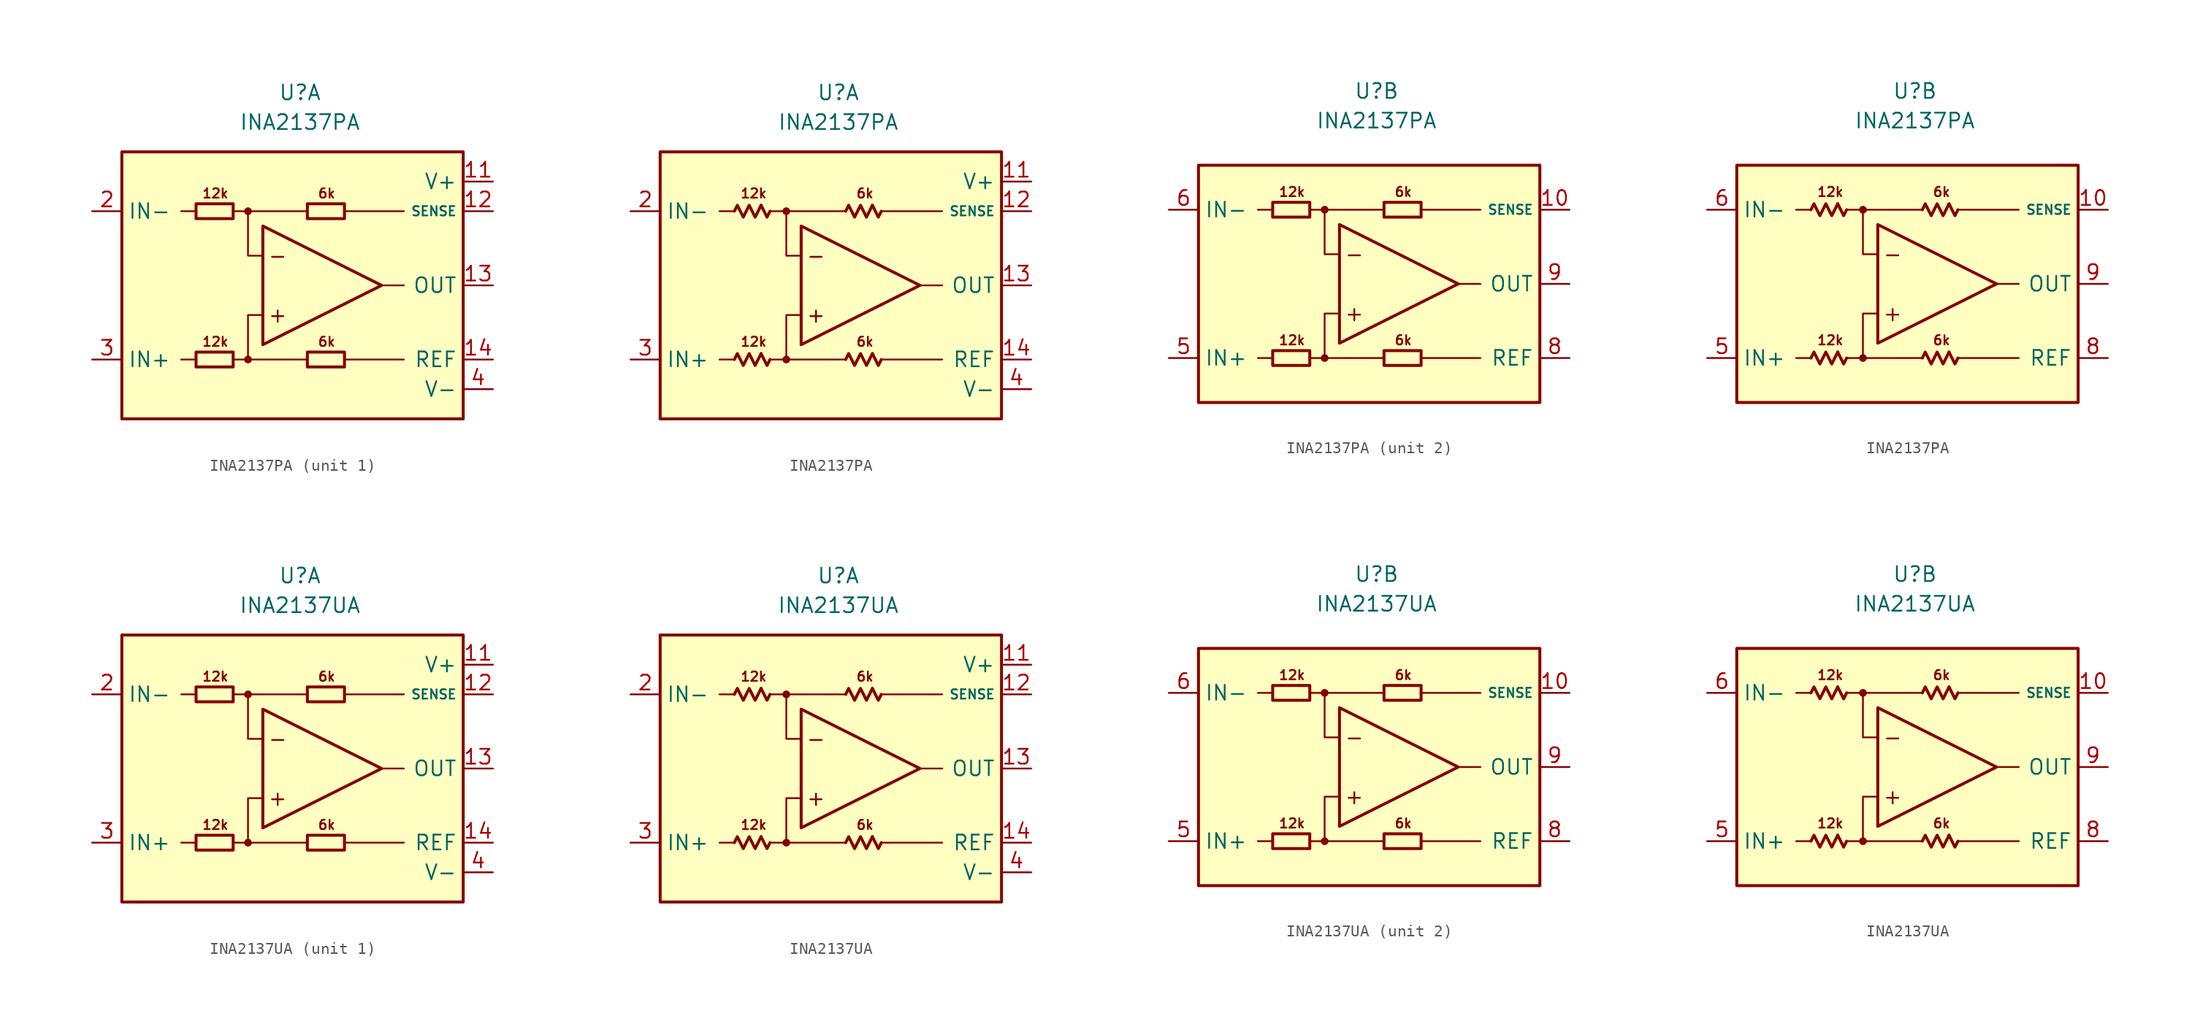
<source format=kicad_sym>
(kicad_symbol_lib
  (version 20231120)
  (generator "kicad_symbol_editor")
  (generator_version "8.0")
  (symbol "INA2137PA"
    (property "Reference" "U"
      (at 0 16.51 0)
      (effects (font (size 1.27 1.27))))
    (property "Value" "INA2137PA"
      (at 0 13.97 0)
      (effects (font (size 1.27 1.27))))
    (property "ki_locked" ""
      (at 0 0 0)
      (effects (font (size 1.27 1.27))))
    (symbol "INA2137PA_0_0"
      (circle (center -4.445 -6.35) (radius 0.254) (stroke (width 0.152) (type default)) (fill (type outline)))
      (circle (center -4.445 6.35) (radius 0.254) (stroke (width 0.152) (type default)) (fill (type outline)))
      (polyline (pts (xy -8.89 -6.35) (xy -10.16 -6.35)) (stroke (width 0.152) (type default)) (fill (type none)))
      (polyline (pts (xy -8.89 6.35) (xy -10.16 6.35)) (stroke (width 0.152) (type default)) (fill (type none)))
      (polyline (pts (xy -4.445 6.35) (xy 0.635 6.35)) (stroke (width 0.152) (type default)) (fill (type none)))
      (polyline (pts (xy 0.635 -6.35) (xy -4.445 -6.35)) (stroke (width 0.152) (type default)) (fill (type none)))
      (polyline (pts (xy 3.81 -6.35) (xy 8.89 -6.35)) (stroke (width 0.152) (type default)) (fill (type none)))
      (polyline (pts (xy 3.81 6.35) (xy 8.89 6.35)) (stroke (width 0.152) (type default)) (fill (type none)))
      (polyline (pts (xy 8.89 0) (xy 6.985 0)) (stroke (width 0.152) (type default)) (fill (type none)))
      (polyline (pts (xy -5.715 -6.35) (xy -4.445 -6.35) (xy -4.445 -2.54) (xy -3.175 -2.54)) (stroke (width 0.152) (type default)) (fill (type none)))
      (polyline (pts (xy -3.175 2.54) (xy -4.445 2.54) (xy -4.445 6.35) (xy -5.715 6.35)) (stroke (width 0.152) (type default)) (fill (type none)))
      (polyline (pts (xy -3.175 5.08) (xy -3.175 -5.08) (xy 6.985 0) (xy -3.175 5.08)) (stroke (width 0.254) (type default)) (fill (type none)))
      (text "+" (at -1.905 -2.54 0) (effects (font (size 1.27 1.27))))
      (text "-" (at -1.905 2.54 0) (effects (font (size 1.27 1.27))))
      (text "12k" (at -7.239 -4.826 0) (effects (font (size 0.8 0.8))))
      (text "12k" (at -7.239 7.874 0) (effects (font (size 0.8 0.8))))
      (text "6k" (at 2.286 -4.826 0) (effects (font (size 0.8 0.8))))
      (text "6k" (at 2.286 7.874 0) (effects (font (size 0.8 0.8)))))
    (symbol "INA2137PA_0_1"
      (rectangle (start -8.89 -5.715) (end -5.715 -6.985) (stroke (width 0.254) (type default)) (fill (type none)))
      (rectangle (start -8.89 6.985) (end -5.715 5.715) (stroke (width 0.254) (type default)) (fill (type none)))
      (rectangle (start 0.635 -5.715) (end 3.81 -6.985) (stroke (width 0.254) (type default)) (fill (type none)))
      (rectangle (start 0.635 6.985) (end 3.81 5.715) (stroke (width 0.254) (type default)) (fill (type none))))
    (symbol "INA2137PA_0_2"
      (polyline (pts (xy -6.604 -5.842) (xy -6.096 -6.858) (xy -5.842 -6.35)) (stroke (width 0.254) (type default)) (fill (type none)))
      (polyline (pts (xy -6.604 6.858) (xy -6.096 5.842) (xy -5.842 6.35)) (stroke (width 0.254) (type default)) (fill (type none)))
      (polyline (pts (xy 2.921 -5.842) (xy 3.429 -6.858) (xy 3.683 -6.35)) (stroke (width 0.254) (type default)) (fill (type none)))
      (polyline (pts (xy 2.921 6.858) (xy 3.429 5.842) (xy 3.683 6.35)) (stroke (width 0.254) (type default)) (fill (type none)))
      (polyline (pts (xy -8.89 -6.35) (xy -8.636 -5.842) (xy -8.128 -6.858) (xy -7.62 -5.842) (xy -7.112 -6.858) (xy -6.604 -5.842)) (stroke (width 0.254) (type default)) (fill (type none)))
      (polyline (pts (xy -8.89 6.35) (xy -8.636 6.858) (xy -8.128 5.842) (xy -7.62 6.858) (xy -7.112 5.842) (xy -6.604 6.858)) (stroke (width 0.254) (type default)) (fill (type none)))
      (polyline (pts (xy 0.635 -6.35) (xy 0.889 -5.842) (xy 1.397 -6.858) (xy 1.905 -5.842) (xy 2.413 -6.858) (xy 2.921 -5.842)) (stroke (width 0.254) (type default)) (fill (type none)))
      (polyline (pts (xy 0.635 6.35) (xy 0.889 6.858) (xy 1.397 5.842) (xy 1.905 6.858) (xy 2.413 5.842) (xy 2.921 6.858)) (stroke (width 0.254) (type default)) (fill (type none))))
    (symbol "INA2137PA_1_0"
      (rectangle (start -15.24 11.43) (end 13.97 -11.43) (stroke (width 0.254) (type default)) (fill (type background))))
    (symbol "INA2137PA_1_1"
      (pin free line (at -10.16 1.27 0) (length 2.54) hide (name "NC" (effects (font (size 1.27 1.27)))) (number "1" (effects (font (size 1.27 1.27)))))
      (pin power_in line (at 16.51 8.89 180) (length 2.54) (name "V+" (effects (font (size 1.27 1.27)))) (number "11" (effects (font (size 1.27 1.27)))))
      (pin input line (at 16.51 6.35 180) (length 2.54) (name "SENSE" (effects (font (size 0.8 0.8)))) (number "12" (effects (font (size 1.27 1.27)))))
      (pin output line (at 16.51 0 180) (length 2.54) (name "OUT" (effects (font (size 1.27 1.27)))) (number "13" (effects (font (size 1.27 1.27)))))
      (pin input line (at 16.51 -6.35 180) (length 2.54) (name "REF" (effects (font (size 1.27 1.27)))) (number "14" (effects (font (size 1.27 1.27)))))
      (pin input line (at -17.78 6.35 0) (length 2.54) (name "IN-" (effects (font (size 1.27 1.27)))) (number "2" (effects (font (size 1.27 1.27)))))
      (pin input line (at -17.78 -6.35 0) (length 2.54) (name "IN+" (effects (font (size 1.27 1.27)))) (number "3" (effects (font (size 1.27 1.27)))))
      (pin power_in line (at 16.51 -8.89 180) (length 2.54) (name "V-" (effects (font (size 1.27 1.27)))) (number "4" (effects (font (size 1.27 1.27)))))
      (pin free line (at -10.16 -1.27 0) (length 2.54) hide (name "NC" (effects (font (size 1.27 1.27)))) (number "7" (effects (font (size 1.27 1.27))))))
    (symbol "INA2137PA_1_2"
      (pin free line (at -10.16 1.27 0) (length 2.54) hide (name "NC" (effects (font (size 1.27 1.27)))) (number "1" (effects (font (size 1.27 1.27)))))
      (pin power_in line (at 16.51 8.89 180) (length 2.54) (name "V+" (effects (font (size 1.27 1.27)))) (number "11" (effects (font (size 1.27 1.27)))))
      (pin input line (at 16.51 6.35 180) (length 2.54) (name "SENSE" (effects (font (size 0.8 0.8)))) (number "12" (effects (font (size 1.27 1.27)))))
      (pin output line (at 16.51 0 180) (length 2.54) (name "OUT" (effects (font (size 1.27 1.27)))) (number "13" (effects (font (size 1.27 1.27)))))
      (pin input line (at 16.51 -6.35 180) (length 2.54) (name "REF" (effects (font (size 1.27 1.27)))) (number "14" (effects (font (size 1.27 1.27)))))
      (pin input line (at -17.78 6.35 0) (length 2.54) (name "IN-" (effects (font (size 1.27 1.27)))) (number "2" (effects (font (size 1.27 1.27)))))
      (pin input line (at -17.78 -6.35 0) (length 2.54) (name "IN+" (effects (font (size 1.27 1.27)))) (number "3" (effects (font (size 1.27 1.27)))))
      (pin power_in line (at 16.51 -8.89 180) (length 2.54) (name "V-" (effects (font (size 1.27 1.27)))) (number "4" (effects (font (size 1.27 1.27)))))
      (pin free line (at -10.16 -1.27 0) (length 2.54) hide (name "NC" (effects (font (size 1.27 1.27)))) (number "7" (effects (font (size 1.27 1.27))))))
    (symbol "INA2137PA_2_0"
      (rectangle (start -15.24 10.16) (end 13.97 -10.16) (stroke (width 0.254) (type default)) (fill (type background))))
    (symbol "INA2137PA_2_1"
      (pin input line (at 16.51 6.35 180) (length 2.54) (name "SENSE" (effects (font (size 0.8 0.8)))) (number "10" (effects (font (size 1.27 1.27)))))
      (pin input line (at -17.78 -6.35 0) (length 2.54) (name "IN+" (effects (font (size 1.27 1.27)))) (number "5" (effects (font (size 1.27 1.27)))))
      (pin input line (at -17.78 6.35 0) (length 2.54) (name "IN-" (effects (font (size 1.27 1.27)))) (number "6" (effects (font (size 1.27 1.27)))))
      (pin input line (at 16.51 -6.35 180) (length 2.54) (name "REF" (effects (font (size 1.27 1.27)))) (number "8" (effects (font (size 1.27 1.27)))))
      (pin output line (at 16.51 0 180) (length 2.54) (name "OUT" (effects (font (size 1.27 1.27)))) (number "9" (effects (font (size 1.27 1.27))))))
    (symbol "INA2137PA_2_2"
      (pin input line (at 16.51 6.35 180) (length 2.54) (name "SENSE" (effects (font (size 0.8 0.8)))) (number "10" (effects (font (size 1.27 1.27)))))
      (pin input line (at -17.78 -6.35 0) (length 2.54) (name "IN+" (effects (font (size 1.27 1.27)))) (number "5" (effects (font (size 1.27 1.27)))))
      (pin input line (at -17.78 6.35 0) (length 2.54) (name "IN-" (effects (font (size 1.27 1.27)))) (number "6" (effects (font (size 1.27 1.27)))))
      (pin input line (at 16.51 -6.35 180) (length 2.54) (name "REF" (effects (font (size 1.27 1.27)))) (number "8" (effects (font (size 1.27 1.27)))))
      (pin output line (at 16.51 0 180) (length 2.54) (name "OUT" (effects (font (size 1.27 1.27)))) (number "9" (effects (font (size 1.27 1.27)))))))
  (symbol "INA2137UA"
    (property "Reference" "U"
      (at 0 16.51 0)
      (effects (font (size 1.27 1.27))))
    (property "Value" "INA2137UA"
      (at 0 13.97 0)
      (effects (font (size 1.27 1.27))))
    (property "ki_locked" ""
      (at 0 0 0)
      (effects (font (size 1.27 1.27))))
    (symbol "INA2137UA_0_0"
      (circle (center -4.445 -6.35) (radius 0.254) (stroke (width 0.152) (type default)) (fill (type outline)))
      (circle (center -4.445 6.35) (radius 0.254) (stroke (width 0.152) (type default)) (fill (type outline)))
      (polyline (pts (xy -8.89 -6.35) (xy -10.16 -6.35)) (stroke (width 0.152) (type default)) (fill (type none)))
      (polyline (pts (xy -8.89 6.35) (xy -10.16 6.35)) (stroke (width 0.152) (type default)) (fill (type none)))
      (polyline (pts (xy -4.445 6.35) (xy 0.635 6.35)) (stroke (width 0.152) (type default)) (fill (type none)))
      (polyline (pts (xy 0.635 -6.35) (xy -4.445 -6.35)) (stroke (width 0.152) (type default)) (fill (type none)))
      (polyline (pts (xy 3.81 -6.35) (xy 8.89 -6.35)) (stroke (width 0.152) (type default)) (fill (type none)))
      (polyline (pts (xy 3.81 6.35) (xy 8.89 6.35)) (stroke (width 0.152) (type default)) (fill (type none)))
      (polyline (pts (xy 8.89 0) (xy 6.985 0)) (stroke (width 0.152) (type default)) (fill (type none)))
      (polyline (pts (xy -5.715 -6.35) (xy -4.445 -6.35) (xy -4.445 -2.54) (xy -3.175 -2.54)) (stroke (width 0.152) (type default)) (fill (type none)))
      (polyline (pts (xy -3.175 2.54) (xy -4.445 2.54) (xy -4.445 6.35) (xy -5.715 6.35)) (stroke (width 0.152) (type default)) (fill (type none)))
      (polyline (pts (xy -3.175 5.08) (xy -3.175 -5.08) (xy 6.985 0) (xy -3.175 5.08)) (stroke (width 0.254) (type default)) (fill (type none)))
      (text "+" (at -1.905 -2.54 0) (effects (font (size 1.27 1.27))))
      (text "-" (at -1.905 2.54 0) (effects (font (size 1.27 1.27))))
      (text "12k" (at -7.239 -4.826 0) (effects (font (size 0.8 0.8))))
      (text "12k" (at -7.239 7.874 0) (effects (font (size 0.8 0.8))))
      (text "6k" (at 2.286 -4.826 0) (effects (font (size 0.8 0.8))))
      (text "6k" (at 2.286 7.874 0) (effects (font (size 0.8 0.8)))))
    (symbol "INA2137UA_0_1"
      (rectangle (start -8.89 -5.715) (end -5.715 -6.985) (stroke (width 0.254) (type default)) (fill (type none)))
      (rectangle (start -8.89 6.985) (end -5.715 5.715) (stroke (width 0.254) (type default)) (fill (type none)))
      (rectangle (start 0.635 -5.715) (end 3.81 -6.985) (stroke (width 0.254) (type default)) (fill (type none)))
      (rectangle (start 0.635 6.985) (end 3.81 5.715) (stroke (width 0.254) (type default)) (fill (type none))))
    (symbol "INA2137UA_0_2"
      (polyline (pts (xy -6.604 -5.842) (xy -6.096 -6.858) (xy -5.842 -6.35)) (stroke (width 0.254) (type default)) (fill (type none)))
      (polyline (pts (xy -6.604 6.858) (xy -6.096 5.842) (xy -5.842 6.35)) (stroke (width 0.254) (type default)) (fill (type none)))
      (polyline (pts (xy 2.921 -5.842) (xy 3.429 -6.858) (xy 3.683 -6.35)) (stroke (width 0.254) (type default)) (fill (type none)))
      (polyline (pts (xy 2.921 6.858) (xy 3.429 5.842) (xy 3.683 6.35)) (stroke (width 0.254) (type default)) (fill (type none)))
      (polyline (pts (xy -8.89 -6.35) (xy -8.636 -5.842) (xy -8.128 -6.858) (xy -7.62 -5.842) (xy -7.112 -6.858) (xy -6.604 -5.842)) (stroke (width 0.254) (type default)) (fill (type none)))
      (polyline (pts (xy -8.89 6.35) (xy -8.636 6.858) (xy -8.128 5.842) (xy -7.62 6.858) (xy -7.112 5.842) (xy -6.604 6.858)) (stroke (width 0.254) (type default)) (fill (type none)))
      (polyline (pts (xy 0.635 -6.35) (xy 0.889 -5.842) (xy 1.397 -6.858) (xy 1.905 -5.842) (xy 2.413 -6.858) (xy 2.921 -5.842)) (stroke (width 0.254) (type default)) (fill (type none)))
      (polyline (pts (xy 0.635 6.35) (xy 0.889 6.858) (xy 1.397 5.842) (xy 1.905 6.858) (xy 2.413 5.842) (xy 2.921 6.858)) (stroke (width 0.254) (type default)) (fill (type none))))
    (symbol "INA2137UA_1_0"
      (rectangle (start -15.24 11.43) (end 13.97 -11.43) (stroke (width 0.254) (type default)) (fill (type background))))
    (symbol "INA2137UA_1_1"
      (pin free line (at -10.16 1.27 0) (length 2.54) hide (name "NC" (effects (font (size 1.27 1.27)))) (number "1" (effects (font (size 1.27 1.27)))))
      (pin power_in line (at 16.51 8.89 180) (length 2.54) (name "V+" (effects (font (size 1.27 1.27)))) (number "11" (effects (font (size 1.27 1.27)))))
      (pin input line (at 16.51 6.35 180) (length 2.54) (name "SENSE" (effects (font (size 0.8 0.8)))) (number "12" (effects (font (size 1.27 1.27)))))
      (pin output line (at 16.51 0 180) (length 2.54) (name "OUT" (effects (font (size 1.27 1.27)))) (number "13" (effects (font (size 1.27 1.27)))))
      (pin input line (at 16.51 -6.35 180) (length 2.54) (name "REF" (effects (font (size 1.27 1.27)))) (number "14" (effects (font (size 1.27 1.27)))))
      (pin input line (at -17.78 6.35 0) (length 2.54) (name "IN-" (effects (font (size 1.27 1.27)))) (number "2" (effects (font (size 1.27 1.27)))))
      (pin input line (at -17.78 -6.35 0) (length 2.54) (name "IN+" (effects (font (size 1.27 1.27)))) (number "3" (effects (font (size 1.27 1.27)))))
      (pin power_in line (at 16.51 -8.89 180) (length 2.54) (name "V-" (effects (font (size 1.27 1.27)))) (number "4" (effects (font (size 1.27 1.27)))))
      (pin free line (at -10.16 -1.27 0) (length 2.54) hide (name "NC" (effects (font (size 1.27 1.27)))) (number "7" (effects (font (size 1.27 1.27))))))
    (symbol "INA2137UA_1_2"
      (pin free line (at -10.16 1.27 0) (length 2.54) hide (name "NC" (effects (font (size 1.27 1.27)))) (number "1" (effects (font (size 1.27 1.27)))))
      (pin power_in line (at 16.51 8.89 180) (length 2.54) (name "V+" (effects (font (size 1.27 1.27)))) (number "11" (effects (font (size 1.27 1.27)))))
      (pin input line (at 16.51 6.35 180) (length 2.54) (name "SENSE" (effects (font (size 0.8 0.8)))) (number "12" (effects (font (size 1.27 1.27)))))
      (pin output line (at 16.51 0 180) (length 2.54) (name "OUT" (effects (font (size 1.27 1.27)))) (number "13" (effects (font (size 1.27 1.27)))))
      (pin input line (at 16.51 -6.35 180) (length 2.54) (name "REF" (effects (font (size 1.27 1.27)))) (number "14" (effects (font (size 1.27 1.27)))))
      (pin input line (at -17.78 6.35 0) (length 2.54) (name "IN-" (effects (font (size 1.27 1.27)))) (number "2" (effects (font (size 1.27 1.27)))))
      (pin input line (at -17.78 -6.35 0) (length 2.54) (name "IN+" (effects (font (size 1.27 1.27)))) (number "3" (effects (font (size 1.27 1.27)))))
      (pin power_in line (at 16.51 -8.89 180) (length 2.54) (name "V-" (effects (font (size 1.27 1.27)))) (number "4" (effects (font (size 1.27 1.27)))))
      (pin free line (at -10.16 -1.27 0) (length 2.54) hide (name "NC" (effects (font (size 1.27 1.27)))) (number "7" (effects (font (size 1.27 1.27))))))
    (symbol "INA2137UA_2_0"
      (rectangle (start -15.24 10.16) (end 13.97 -10.16) (stroke (width 0.254) (type default)) (fill (type background))))
    (symbol "INA2137UA_2_1"
      (pin input line (at 16.51 6.35 180) (length 2.54) (name "SENSE" (effects (font (size 0.8 0.8)))) (number "10" (effects (font (size 1.27 1.27)))))
      (pin input line (at -17.78 -6.35 0) (length 2.54) (name "IN+" (effects (font (size 1.27 1.27)))) (number "5" (effects (font (size 1.27 1.27)))))
      (pin input line (at -17.78 6.35 0) (length 2.54) (name "IN-" (effects (font (size 1.27 1.27)))) (number "6" (effects (font (size 1.27 1.27)))))
      (pin input line (at 16.51 -6.35 180) (length 2.54) (name "REF" (effects (font (size 1.27 1.27)))) (number "8" (effects (font (size 1.27 1.27)))))
      (pin output line (at 16.51 0 180) (length 2.54) (name "OUT" (effects (font (size 1.27 1.27)))) (number "9" (effects (font (size 1.27 1.27))))))
    (symbol "INA2137UA_2_2"
      (pin input line (at 16.51 6.35 180) (length 2.54) (name "SENSE" (effects (font (size 0.8 0.8)))) (number "10" (effects (font (size 1.27 1.27)))))
      (pin input line (at -17.78 -6.35 0) (length 2.54) (name "IN+" (effects (font (size 1.27 1.27)))) (number "5" (effects (font (size 1.27 1.27)))))
      (pin input line (at -17.78 6.35 0) (length 2.54) (name "IN-" (effects (font (size 1.27 1.27)))) (number "6" (effects (font (size 1.27 1.27)))))
      (pin input line (at 16.51 -6.35 180) (length 2.54) (name "REF" (effects (font (size 1.27 1.27)))) (number "8" (effects (font (size 1.27 1.27)))))
      (pin output line (at 16.51 0 180) (length 2.54) (name "OUT" (effects (font (size 1.27 1.27)))) (number "9" (effects (font (size 1.27 1.27))))))))
</source>
